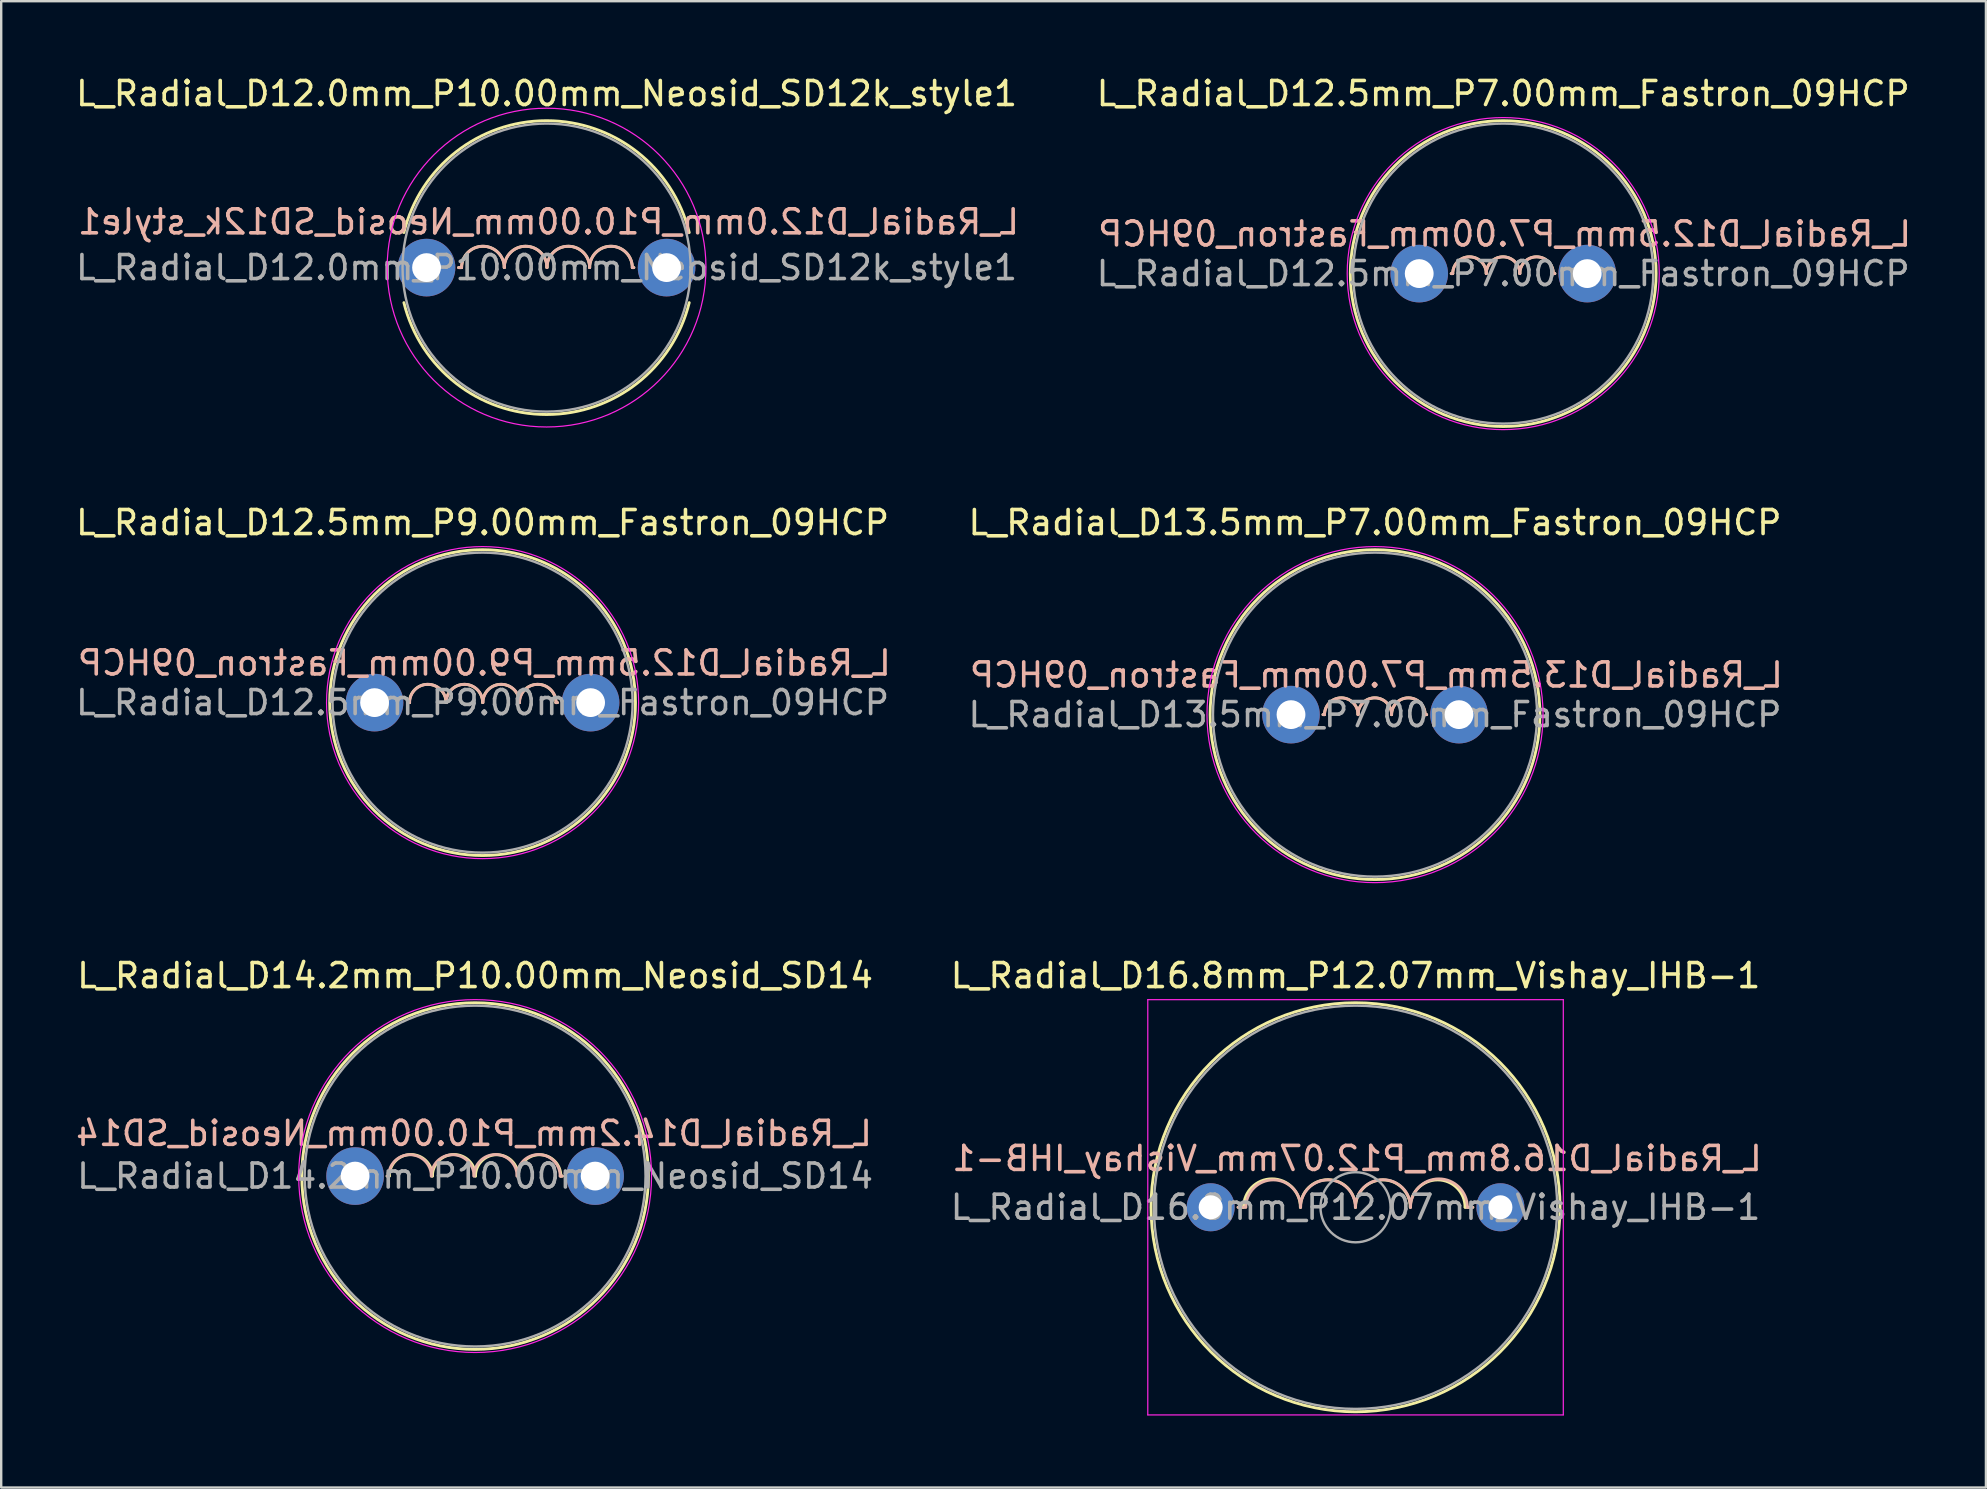
<source format=kicad_pcb>
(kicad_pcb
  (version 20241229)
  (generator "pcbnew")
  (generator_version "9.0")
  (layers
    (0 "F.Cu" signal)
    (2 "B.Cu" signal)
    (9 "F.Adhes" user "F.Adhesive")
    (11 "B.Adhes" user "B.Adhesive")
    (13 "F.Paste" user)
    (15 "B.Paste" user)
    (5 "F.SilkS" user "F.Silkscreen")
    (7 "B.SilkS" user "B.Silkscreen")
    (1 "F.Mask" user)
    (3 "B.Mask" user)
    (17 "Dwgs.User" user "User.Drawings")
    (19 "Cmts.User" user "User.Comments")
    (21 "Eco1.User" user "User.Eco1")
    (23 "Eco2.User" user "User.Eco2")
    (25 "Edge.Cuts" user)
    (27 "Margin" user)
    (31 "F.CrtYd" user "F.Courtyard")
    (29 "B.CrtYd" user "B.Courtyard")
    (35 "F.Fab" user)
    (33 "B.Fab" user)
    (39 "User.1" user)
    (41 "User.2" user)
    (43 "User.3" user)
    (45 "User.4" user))
  (footprint "L_Radial_D12.5mm_P7.00mm_Fastron_09HCP"
    (layer "F.Cu")
    (at 56.074 8.348)
    (property "Reference" "L_Radial_D12.5mm_P7.00mm_Fastron_09HCP" (at 3.5 -7.5 0) (layer "F.SilkS") (effects (font (size 1 1) (thickness 0.15))))
    (fp_line (start 1.397 0) (end 1.333 0) (stroke (width 0.12) (type solid)) (layer "F.SilkS"))
    (fp_line (start 5.588 0) (end 5.652 0) (stroke (width 0.12) (type solid)) (layer "F.SilkS"))
    (fp_arc (start 1.397 0) (mid 2.0955 -0.6985) (end 2.794 0) (stroke (width 0.12) (type solid)) (layer "F.SilkS"))
    (fp_arc (start 2.794 0) (mid 3.4925 -0.6985) (end 4.191 0) (stroke (width 0.12) (type solid)) (layer "F.SilkS"))
    (fp_arc (start 4.191 0) (mid 4.8895 -0.6985) (end 5.588 0) (stroke (width 0.12) (type solid)) (layer "F.SilkS"))
    (fp_circle (center 3.5 0) (end 9.87 0) (stroke (width 0.12) (type solid)) (fill no) (layer "F.SilkS"))
    (fp_line (start 1.397 0) (end 1.333 0) (stroke (width 0.12) (type solid)) (layer "B.SilkS"))
    (fp_line (start 5.588 0) (end 5.652 0) (stroke (width 0.12) (type solid)) (layer "B.SilkS"))
    (fp_arc (start 1.397 0) (mid 2.0955 -0.6985) (end 2.794 0) (stroke (width 0.12) (type solid)) (layer "B.SilkS"))
    (fp_arc (start 2.794 0) (mid 3.4925 -0.6985) (end 4.191 0) (stroke (width 0.12) (type solid)) (layer "B.SilkS"))
    (fp_arc (start 4.191 0) (mid 4.8895 -0.6985) (end 5.588 0) (stroke (width 0.12) (type solid)) (layer "B.SilkS"))
    (fp_circle (center 3.5 0) (end 10 0) (stroke (width 0.05) (type solid)) (fill no) (layer "F.CrtYd"))
    (fp_circle (center 3.5 0) (end 9.75 0) (stroke (width 0.1) (type solid)) (fill no) (layer "F.Fab"))
    (fp_text user "${REFERENCE}" (at 3.556 -1.651 0) (layer "B.SilkS") (effects (font (size 1 1) (thickness 0.15)) (justify mirror)))
    (fp_text user "${REFERENCE}" (at 3.5 0 0) (layer "F.Fab") (effects (font (size 1 1) (thickness 0.15))))
    (pad "1" thru_hole circle (at 0 0) (size 2.4 2.4) (drill 1.2) (layers "*.Cu" "*.Mask"))
    (pad "2" thru_hole circle (at 7 0) (size 2.4 2.4) (drill 1.2) (layers "*.Cu" "*.Mask")))
  (footprint "L_Radial_D12.5mm_P9.00mm_Fastron_09HCP"
    (layer "F.Cu")
    (at 12.554 26.221)
    (property "Reference" "L_Radial_D12.5mm_P9.00mm_Fastron_09HCP" (at 4.5 -7.5 0) (layer "F.SilkS") (effects (font (size 1 1) (thickness 0.15))))
    (fp_line (start 1.46 0) (end 1.397 0) (stroke (width 0.12) (type solid)) (layer "F.SilkS"))
    (fp_line (start 7.556 0) (end 7.62 0) (stroke (width 0.12) (type solid)) (layer "F.SilkS"))
    (fp_arc (start 1.452 0) (mid 2.214 -0.762) (end 2.976 0) (stroke (width 0.12) (type solid)) (layer "F.SilkS"))
    (fp_arc (start 2.976 0) (mid 3.738 -0.762) (end 4.5 0) (stroke (width 0.12) (type solid)) (layer "F.SilkS"))
    (fp_arc (start 4.5085 0) (mid 5.2705 -0.762) (end 6.0325 0) (stroke (width 0.12) (type solid)) (layer "F.SilkS"))
    (fp_arc (start 6.0325 0) (mid 6.7945 -0.762) (end 7.5565 0) (stroke (width 0.12) (type solid)) (layer "F.SilkS"))
    (fp_circle (center 4.5 0) (end 10.87 0) (stroke (width 0.12) (type solid)) (fill no) (layer "F.SilkS"))
    (fp_line (start 1.46 0) (end 1.397 0) (stroke (width 0.12) (type solid)) (layer "B.SilkS"))
    (fp_line (start 7.556 0) (end 7.62 0) (stroke (width 0.12) (type solid)) (layer "B.SilkS"))
    (fp_arc (start 1.4605 0) (mid 2.2225 -0.762) (end 2.9845 0) (stroke (width 0.12) (type solid)) (layer "B.SilkS"))
    (fp_arc (start 2.9845 0) (mid 3.7465 -0.762) (end 4.5085 0) (stroke (width 0.12) (type solid)) (layer "B.SilkS"))
    (fp_arc (start 4.517 0) (mid 5.279 -0.762) (end 6.041 0) (stroke (width 0.12) (type solid)) (layer "B.SilkS"))
    (fp_arc (start 6.041 0) (mid 6.803 -0.762) (end 7.565 0) (stroke (width 0.12) (type solid)) (layer "B.SilkS"))
    (fp_circle (center 4.5 0) (end 11 0) (stroke (width 0.05) (type solid)) (fill no) (layer "F.CrtYd"))
    (fp_circle (center 4.5 0) (end 10.75 0) (stroke (width 0.1) (type solid)) (fill no) (layer "F.Fab"))
    (fp_text user "${REFERENCE}" (at 4.572 -1.651 0) (layer "B.SilkS") (effects (font (size 1 1) (thickness 0.15)) (justify mirror)))
    (fp_text user "${REFERENCE}" (at 4.5 0 0) (layer "F.Fab") (effects (font (size 1 1) (thickness 0.15))))
    (pad "1" thru_hole circle (at 0 0) (size 2.4 2.4) (drill 1.2) (layers "*.Cu" "*.Mask"))
    (pad "2" thru_hole circle (at 9 0) (size 2.4 2.4) (drill 1.2) (layers "*.Cu" "*.Mask")))
  (footprint "L_Radial_D16.8mm_P12.07mm_Vishay_IHB-1"
    (layer "F.Cu")
    (at 47.387 47.245)
    (property "Reference" "L_Radial_D16.8mm_P12.07mm_Vishay_IHB-1" (at 6.035 -9.65 0) (layer "F.SilkS") (effects (font (size 1 1) (thickness 0.15))))
    (fp_line (start 1.371 0) (end 1.143 0) (stroke (width 0.12) (type solid)) (layer "F.SilkS"))
    (fp_line (start 10.604 0) (end 10.922 0) (stroke (width 0.12) (type solid)) (layer "F.SilkS"))
    (fp_arc (start 1.371 0) (mid 2.554 -1.183) (end 3.737 0) (stroke (width 0.12) (type solid)) (layer "F.SilkS"))
    (fp_arc (start 3.737 0) (mid 4.886 -1.149) (end 6.035 0) (stroke (width 0.12) (type solid)) (layer "F.SilkS"))
    (fp_arc (start 6.035 0) (mid 7.1755 -1.1405) (end 8.316 0) (stroke (width 0.12) (type solid)) (layer "F.SilkS"))
    (fp_arc (start 8.316 0) (mid 9.4565 -1.1405) (end 10.597 0) (stroke (width 0.12) (type solid)) (layer "F.SilkS"))
    (fp_circle (center 6.035 0) (end 14.555 0) (stroke (width 0.12) (type solid)) (fill no) (layer "F.SilkS"))
    (fp_line (start 1.458 0) (end 1.141 0) (stroke (width 0.12) (type solid)) (layer "B.SilkS"))
    (fp_line (start 10.691 0) (end 10.919 0) (stroke (width 0.12) (type solid)) (layer "B.SilkS"))
    (fp_arc (start 1.4655 0) (mid 2.606 -1.1405) (end 3.7465 0) (stroke (width 0.12) (type solid)) (layer "B.SilkS"))
    (fp_arc (start 3.7465 0) (mid 4.887 -1.1405) (end 6.0275 0) (stroke (width 0.12) (type solid)) (layer "B.SilkS"))
    (fp_arc (start 6.0275 0) (mid 7.1765 -1.149) (end 8.3255 0) (stroke (width 0.12) (type solid)) (layer "B.SilkS"))
    (fp_arc (start 8.3255 0) (mid 9.5085 -1.183) (end 10.6915 0) (stroke (width 0.12) (type solid)) (layer "B.SilkS"))
    (fp_line (start -2.62 -8.65) (end -2.62 8.65) (stroke (width 0.05) (type solid)) (layer "F.CrtYd"))
    (fp_line (start -2.62 8.65) (end 14.69 8.65) (stroke (width 0.05) (type solid)) (layer "F.CrtYd"))
    (fp_line (start 14.69 -8.65) (end -2.62 -8.65) (stroke (width 0.05) (type solid)) (layer "F.CrtYd"))
    (fp_line (start 14.69 8.65) (end 14.69 -8.65) (stroke (width 0.05) (type solid)) (layer "F.CrtYd"))
    (fp_circle (center 6.035 0) (end 7.495 0) (stroke (width 0.1) (type solid)) (fill no) (layer "F.Fab"))
    (fp_circle (center 6.035 0) (end 14.435 0) (stroke (width 0.1) (type solid)) (fill no) (layer "F.Fab"))
    (fp_text user "${REFERENCE}" (at 6.096 -2.032 0) (layer "B.SilkS") (effects (font (size 1 1) (thickness 0.15)) (justify mirror)))
    (fp_text user "${REFERENCE}" (at 6.035 0 0) (layer "F.Fab") (effects (font (size 1 1) (thickness 0.15))))
    (pad "1" thru_hole circle (at 0 0) (size 2 2) (drill 1) (layers "*.Cu" "*.Mask"))
    (pad "2" thru_hole circle (at 12.07 0) (size 2 2) (drill 1) (layers "*.Cu" "*.Mask")))
  (footprint "L_Radial_D14.2mm_P10.00mm_Neosid_SD14"
    (layer "F.Cu")
    (at 11.743 45.945)
    (property "Reference" "L_Radial_D14.2mm_P10.00mm_Neosid_SD14" (at 5 -8.35 0) (layer "F.SilkS") (effects (font (size 1 1) (thickness 0.15))))
    (fp_line (start 1.427 0) (end 1.333 0) (stroke (width 0.12) (type solid)) (layer "F.SilkS"))
    (fp_line (start 8.572 0) (end 8.636 0) (stroke (width 0.12) (type solid)) (layer "F.SilkS"))
    (fp_arc (start 1.4265 0) (mid 2.324 -0.8975) (end 3.2215 0) (stroke (width 0.12) (type solid)) (layer "F.SilkS"))
    (fp_arc (start 3.2215 0) (mid 4.119 -0.8975) (end 5.0165 0) (stroke (width 0.12) (type solid)) (layer "F.SilkS"))
    (fp_arc (start 5.0165 0) (mid 5.9055 -0.889) (end 6.7945 0) (stroke (width 0.12) (type solid)) (layer "F.SilkS"))
    (fp_arc (start 6.7945 0) (mid 7.6835 -0.889) (end 8.5725 0) (stroke (width 0.12) (type solid)) (layer "F.SilkS"))
    (fp_circle (center 5 0) (end 12.22 0) (stroke (width 0.12) (type solid)) (fill no) (layer "F.SilkS"))
    (fp_line (start 1.397 0) (end 1.333 0) (stroke (width 0.12) (type solid)) (layer "B.SilkS"))
    (fp_line (start 8.543 0) (end 8.636 0) (stroke (width 0.12) (type solid)) (layer "B.SilkS"))
    (fp_arc (start 1.397 0) (mid 2.286 -0.889) (end 3.175 0) (stroke (width 0.12) (type solid)) (layer "B.SilkS"))
    (fp_arc (start 3.175 0) (mid 4.064 -0.889) (end 4.953 0) (stroke (width 0.12) (type solid)) (layer "B.SilkS"))
    (fp_arc (start 4.953 0) (mid 5.8505 -0.8975) (end 6.748 0) (stroke (width 0.12) (type solid)) (layer "B.SilkS"))
    (fp_arc (start 6.748 0) (mid 7.6455 -0.8975) (end 8.543 0) (stroke (width 0.12) (type solid)) (layer "B.SilkS"))
    (fp_circle (center 5 0) (end 12.35 0) (stroke (width 0.05) (type solid)) (fill no) (layer "F.CrtYd"))
    (fp_circle (center 5 0) (end 12.1 0) (stroke (width 0.1) (type solid)) (fill no) (layer "F.Fab"))
    (fp_text user "${REFERENCE}" (at 4.953 -1.778 0) (layer "B.SilkS") (effects (font (size 1 1) (thickness 0.15)) (justify mirror)))
    (fp_text user "${REFERENCE}" (at 5 0 0) (layer "F.Fab") (effects (font (size 1 1) (thickness 0.15))))
    (pad "1" thru_hole circle (at 0 0) (size 2.4 2.4) (drill 1.2) (layers "*.Cu" "*.Mask"))
    (pad "2" thru_hole circle (at 10 0) (size 2.4 2.4) (drill 1.2) (layers "*.Cu" "*.Mask")))
  (footprint "L_Radial_D13.5mm_P7.00mm_Fastron_09HCP"
    (layer "F.Cu")
    (at 50.733 26.721)
    (property "Reference" "L_Radial_D13.5mm_P7.00mm_Fastron_09HCP" (at 3.5 -8 0) (layer "F.SilkS") (effects (font (size 1 1) (thickness 0.15))))
    (fp_line (start 1.397 0) (end 1.333 0) (stroke (width 0.12) (type solid)) (layer "F.SilkS"))
    (fp_line (start 5.588 0) (end 5.652 0) (stroke (width 0.12) (type solid)) (layer "F.SilkS"))
    (fp_arc (start 1.397 0) (mid 2.0955 -0.6985) (end 2.794 0) (stroke (width 0.12) (type solid)) (layer "F.SilkS"))
    (fp_arc (start 2.794 0) (mid 3.4925 -0.6985) (end 4.191 0) (stroke (width 0.12) (type solid)) (layer "F.SilkS"))
    (fp_arc (start 4.191 0) (mid 4.8895 -0.6985) (end 5.588 0) (stroke (width 0.12) (type solid)) (layer "F.SilkS"))
    (fp_circle (center 3.5 0) (end 10.37 0) (stroke (width 0.12) (type solid)) (fill no) (layer "F.SilkS"))
    (fp_line (start 1.397 0) (end 1.333 0) (stroke (width 0.12) (type solid)) (layer "B.SilkS"))
    (fp_line (start 5.588 0) (end 5.652 0) (stroke (width 0.12) (type solid)) (layer "B.SilkS"))
    (fp_arc (start 1.397 0) (mid 2.0955 -0.6985) (end 2.794 0) (stroke (width 0.12) (type solid)) (layer "B.SilkS"))
    (fp_arc (start 2.794 0) (mid 3.4925 -0.6985) (end 4.191 0) (stroke (width 0.12) (type solid)) (layer "B.SilkS"))
    (fp_arc (start 4.191 0) (mid 4.8895 -0.6985) (end 5.588 0) (stroke (width 0.12) (type solid)) (layer "B.SilkS"))
    (fp_circle (center 3.5 0) (end 10.5 0) (stroke (width 0.05) (type solid)) (fill no) (layer "F.CrtYd"))
    (fp_circle (center 3.5 0) (end 10.25 0) (stroke (width 0.1) (type solid)) (fill no) (layer "F.Fab"))
    (fp_text user "${REFERENCE}" (at 3.556 -1.651 0) (layer "B.SilkS") (effects (font (size 1 1) (thickness 0.15)) (justify mirror)))
    (fp_text user "${REFERENCE}" (at 3.5 0 0) (layer "F.Fab") (effects (font (size 1 1) (thickness 0.15))))
    (pad "1" thru_hole circle (at 0 0) (size 2.4 2.4) (drill 1.2) (layers "*.Cu" "*.Mask"))
    (pad "2" thru_hole circle (at 7 0) (size 2.4 2.4) (drill 1.2) (layers "*.Cu" "*.Mask")))
  (footprint "L_Radial_D12.0mm_P10.00mm_Neosid_SD12k_style1"
    (layer "F.Cu")
    (at 14.72 8.098)
    (property "Reference" "L_Radial_D12.0mm_P10.00mm_Neosid_SD12k_style1" (at 5 -7.25 0) (layer "F.SilkS") (effects (font (size 1 1) (thickness 0.15))))
    (fp_line (start 1.46 0) (end 1.333 0) (stroke (width 0.12) (type solid)) (layer "F.SilkS"))
    (fp_line (start 8.572 0) (end 8.636 0) (stroke (width 0.12) (type solid)) (layer "F.SilkS"))
    (fp_arc (start -0.943299 -1.46) (mid 5 -6.12) (end 10.943299 -1.46) (stroke (width 0.12) (type solid)) (layer "F.SilkS"))
    (fp_arc (start 1.4605 0) (mid 2.3495 -0.889) (end 3.2385 0) (stroke (width 0.12) (type solid)) (layer "F.SilkS"))
    (fp_arc (start 3.2385 0) (mid 4.1275 -0.889) (end 5.0165 0) (stroke (width 0.12) (type solid)) (layer "F.SilkS"))
    (fp_arc (start 5.0165 0) (mid 5.9055 -0.889) (end 6.7945 0) (stroke (width 0.12) (type solid)) (layer "F.SilkS"))
    (fp_arc (start 6.7945 0) (mid 7.6835 -0.889) (end 8.5725 0) (stroke (width 0.12) (type solid)) (layer "F.SilkS"))
    (fp_arc (start 10.943299 1.46) (mid 5 6.12) (end -0.943299 1.46) (stroke (width 0.12) (type solid)) (layer "F.SilkS"))
    (fp_line (start 1.46 0) (end 1.333 0) (stroke (width 0.12) (type solid)) (layer "B.SilkS"))
    (fp_line (start 8.572 0) (end 8.636 0) (stroke (width 0.12) (type solid)) (layer "B.SilkS"))
    (fp_arc (start 1.4605 0) (mid 2.3495 -0.889) (end 3.2385 0) (stroke (width 0.12) (type solid)) (layer "B.SilkS"))
    (fp_arc (start 3.2385 0) (mid 4.1275 -0.889) (end 5.0165 0) (stroke (width 0.12) (type solid)) (layer "B.SilkS"))
    (fp_arc (start 5.0165 0) (mid 5.9055 -0.889) (end 6.7945 0) (stroke (width 0.12) (type solid)) (layer "B.SilkS"))
    (fp_arc (start 6.7945 0) (mid 7.6835 -0.889) (end 8.5725 0) (stroke (width 0.12) (type solid)) (layer "B.SilkS"))
    (fp_circle (center 5 0) (end 11.64 0) (stroke (width 0.05) (type solid)) (fill no) (layer "F.CrtYd"))
    (fp_circle (center 5 0) (end 11 0) (stroke (width 0.1) (type solid)) (fill no) (layer "F.Fab"))
    (fp_text user "${REFERENCE}" (at 5.08 -1.905 0) (layer "B.SilkS") (effects (font (size 1 1) (thickness 0.15)) (justify mirror)))
    (fp_text user "${REFERENCE}" (at 5 0 0) (layer "F.Fab") (effects (font (size 1 1) (thickness 0.15))))
    (pad "1" thru_hole circle (at 0 0) (size 2.4 2.4) (drill 1.2) (layers "*.Cu" "*.Mask"))
    (pad "2" thru_hole circle (at 10 0) (size 2.4 2.4) (drill 1.2) (layers "*.Cu" "*.Mask")))
  (gr_rect
    (start -3 -3)
    (end 79.684 58.92)
    (stroke (width 0.1) (type default))
    (fill no)
    (layer "Edge.Cuts")))
</source>
